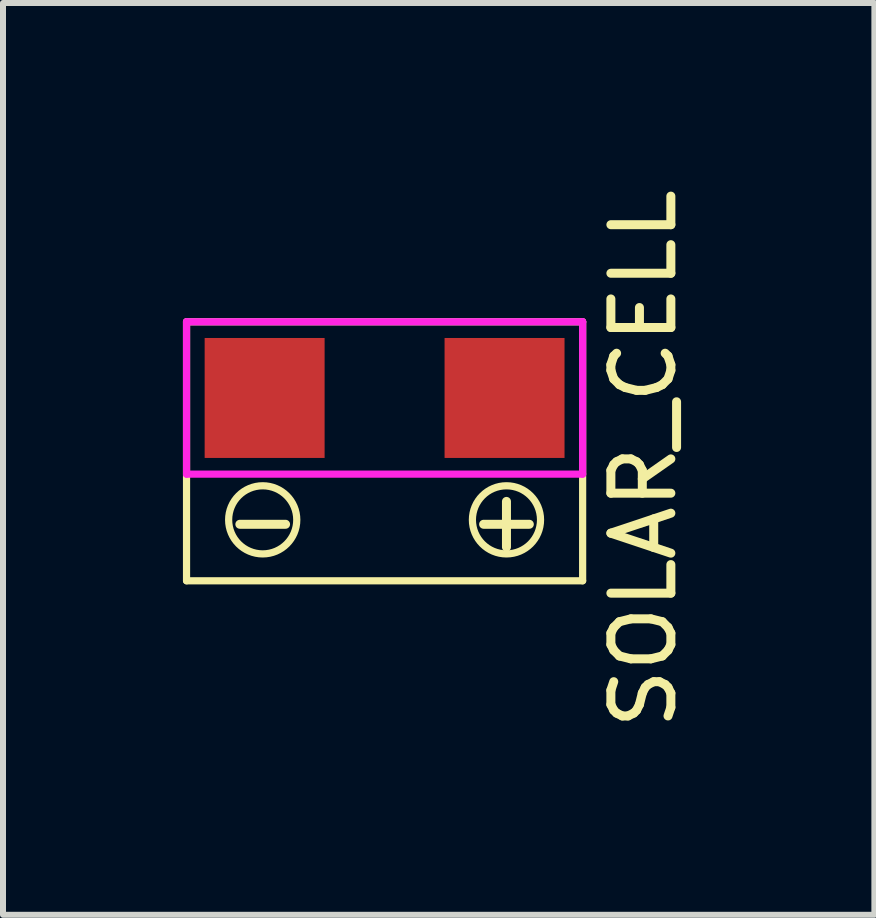
<source format=kicad_pcb>
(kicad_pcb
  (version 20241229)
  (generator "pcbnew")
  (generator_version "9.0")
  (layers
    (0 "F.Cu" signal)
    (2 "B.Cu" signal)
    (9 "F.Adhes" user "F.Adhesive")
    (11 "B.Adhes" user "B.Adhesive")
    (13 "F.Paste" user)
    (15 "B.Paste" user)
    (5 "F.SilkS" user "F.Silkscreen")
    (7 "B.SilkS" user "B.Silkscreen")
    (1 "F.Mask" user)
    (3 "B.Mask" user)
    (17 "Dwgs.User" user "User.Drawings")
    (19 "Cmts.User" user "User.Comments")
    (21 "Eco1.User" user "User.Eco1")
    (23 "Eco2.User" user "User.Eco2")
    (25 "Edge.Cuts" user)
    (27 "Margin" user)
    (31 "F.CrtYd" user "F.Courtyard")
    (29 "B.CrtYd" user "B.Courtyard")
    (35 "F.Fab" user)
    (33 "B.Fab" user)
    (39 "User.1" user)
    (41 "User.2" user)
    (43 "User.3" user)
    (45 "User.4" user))
  (footprint "SOLAR_CELL"
    (layer "F.Cu")
    (at 3.362 3.585)
    (property "Reference" "SOLAR_CELL" (at 4.318 1.016 90) (layer "F.SilkS") (effects (font (size 1 1) (thickness 0.15))))
    (attr through_hole)
    (fp_line (start -3.302 -1.27) (end -3.302 3.048) (stroke (width 0.12) (type solid)) (layer "F.SilkS"))
    (fp_line (start -3.302 3.048) (end 3.302 3.048) (stroke (width 0.12) (type solid)) (layer "F.SilkS"))
    (fp_line (start 3.302 -1.27) (end -3.302 -1.27) (stroke (width 0.12) (type solid)) (layer "F.SilkS"))
    (fp_line (start 3.302 3.048) (end 3.302 -1.27) (stroke (width 0.12) (type solid)) (layer "F.SilkS"))
    (fp_circle (center -2.032 2.032) (end -1.524 1.778) (stroke (width 0.12) (type solid)) (fill no) (layer "F.SilkS"))
    (fp_circle (center 2.032 2.032) (end 2.54 1.778) (stroke (width 0.12) (type solid)) (fill no) (layer "F.SilkS"))
    (fp_line (start -3.302 -1.27) (end -3.302 1.27) (stroke (width 0.12) (type solid)) (layer "F.CrtYd"))
    (fp_line (start -3.302 1.27) (end 3.302 1.27) (stroke (width 0.12) (type solid)) (layer "F.CrtYd"))
    (fp_line (start 3.302 -1.27) (end -3.302 -1.27) (stroke (width 0.12) (type solid)) (layer "F.CrtYd"))
    (fp_line (start 3.302 1.27) (end 3.302 -1.27) (stroke (width 0.12) (type solid)) (layer "F.CrtYd"))
    (fp_text user "-" (at -2.032 2.032 0) (layer "F.SilkS") (effects (font (size 1 1) (thickness 0.15))))
    (fp_text user "+" (at 2.032 2.032 0) (layer "F.SilkS") (effects (font (size 1 1) (thickness 0.15))))
    (pad "1" smd rect (at 2 0) (size 2 2) (layers "F.Cu" "F.Mask" "F.Paste"))
    (pad "2" smd rect (at -2 0) (size 2 2) (layers "F.Cu" "F.Mask" "F.Paste")))
  (gr_rect
    (start -3 -3)
    (end 11.528 12.202)
    (stroke (width 0.1) (type default))
    (fill no)
    (layer "Edge.Cuts")))
</source>
